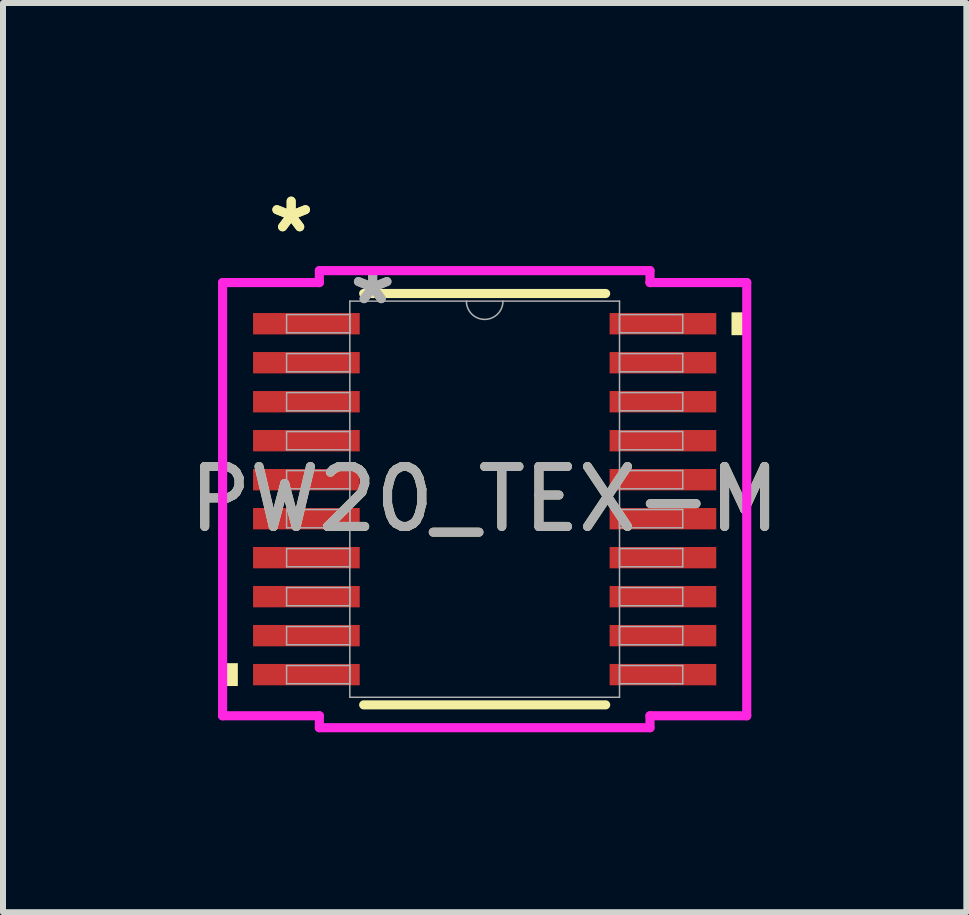
<source format=kicad_pcb>
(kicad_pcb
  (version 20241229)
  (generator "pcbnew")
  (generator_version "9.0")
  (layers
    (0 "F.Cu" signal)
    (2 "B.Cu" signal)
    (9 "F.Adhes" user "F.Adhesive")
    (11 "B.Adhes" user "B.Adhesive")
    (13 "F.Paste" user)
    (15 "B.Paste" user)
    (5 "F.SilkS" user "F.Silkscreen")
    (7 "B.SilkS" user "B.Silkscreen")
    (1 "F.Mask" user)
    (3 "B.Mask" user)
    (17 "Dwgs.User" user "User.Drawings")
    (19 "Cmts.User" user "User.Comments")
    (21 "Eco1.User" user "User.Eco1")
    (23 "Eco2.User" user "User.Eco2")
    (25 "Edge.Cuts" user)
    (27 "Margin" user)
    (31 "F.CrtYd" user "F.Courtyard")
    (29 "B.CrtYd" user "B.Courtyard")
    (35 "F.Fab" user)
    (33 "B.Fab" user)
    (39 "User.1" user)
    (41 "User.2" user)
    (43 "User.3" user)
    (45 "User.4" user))
  (footprint "PW20_TEX-M"
    (layer "F.Cu")
    (at 5.03 5.272)
    (property "Reference" "PW20_TEX-M" (at 0 0 0) (unlocked yes) (layer "F.SilkS") (effects (font (size 1 1) (thickness 0.15))))
    (attr smd)
    (fp_line (start -2.017 3.429) (end 2.017 3.429) (stroke (width 0.152) (type solid)) (layer "F.SilkS"))
    (fp_line (start 2.017 -3.429) (end -2.017 -3.429) (stroke (width 0.152) (type solid)) (layer "F.SilkS"))
    (fp_poly (pts (xy -4.369 2.734) (xy -4.369 3.115) (xy -4.115 3.115) (xy -4.115 2.734)) (stroke (width 0) (type solid)) (fill yes) (layer "F.SilkS"))
    (fp_poly (pts (xy 4.369 -3.115) (xy 4.369 -2.734) (xy 4.115 -2.734) (xy 4.115 -3.115)) (stroke (width 0) (type solid)) (fill yes) (layer "F.SilkS"))
    (fp_line (start -4.369 -3.611) (end -2.756 -3.611) (stroke (width 0.152) (type solid)) (layer "F.CrtYd"))
    (fp_line (start -4.369 3.611) (end -4.369 -3.611) (stroke (width 0.152) (type solid)) (layer "F.CrtYd"))
    (fp_line (start -4.369 3.611) (end -2.756 3.611) (stroke (width 0.152) (type solid)) (layer "F.CrtYd"))
    (fp_line (start -2.756 -3.81) (end 2.756 -3.81) (stroke (width 0.152) (type solid)) (layer "F.CrtYd"))
    (fp_line (start -2.756 -3.611) (end -2.756 -3.81) (stroke (width 0.152) (type solid)) (layer "F.CrtYd"))
    (fp_line (start -2.756 3.81) (end -2.756 3.611) (stroke (width 0.152) (type solid)) (layer "F.CrtYd"))
    (fp_line (start 2.756 -3.81) (end 2.756 -3.611) (stroke (width 0.152) (type solid)) (layer "F.CrtYd"))
    (fp_line (start 2.756 3.611) (end 2.756 3.81) (stroke (width 0.152) (type solid)) (layer "F.CrtYd"))
    (fp_line (start 2.756 3.81) (end -2.756 3.81) (stroke (width 0.152) (type solid)) (layer "F.CrtYd"))
    (fp_line (start 4.369 -3.611) (end 2.756 -3.611) (stroke (width 0.152) (type solid)) (layer "F.CrtYd"))
    (fp_line (start 4.369 -3.611) (end 4.369 3.611) (stroke (width 0.152) (type solid)) (layer "F.CrtYd"))
    (fp_line (start 4.369 3.611) (end 2.756 3.611) (stroke (width 0.152) (type solid)) (layer "F.CrtYd"))
    (fp_line (start -3.302 -3.077) (end -3.302 -2.773) (stroke (width 0.025) (type solid)) (layer "F.Fab"))
    (fp_line (start -3.302 -2.773) (end -2.248 -2.773) (stroke (width 0.025) (type solid)) (layer "F.Fab"))
    (fp_line (start -3.302 -2.427) (end -3.302 -2.123) (stroke (width 0.025) (type solid)) (layer "F.Fab"))
    (fp_line (start -3.302 -2.123) (end -2.248 -2.123) (stroke (width 0.025) (type solid)) (layer "F.Fab"))
    (fp_line (start -3.302 -1.777) (end -3.302 -1.473) (stroke (width 0.025) (type solid)) (layer "F.Fab"))
    (fp_line (start -3.302 -1.473) (end -2.248 -1.473) (stroke (width 0.025) (type solid)) (layer "F.Fab"))
    (fp_line (start -3.302 -1.127) (end -3.302 -0.823) (stroke (width 0.025) (type solid)) (layer "F.Fab"))
    (fp_line (start -3.302 -0.823) (end -2.248 -0.823) (stroke (width 0.025) (type solid)) (layer "F.Fab"))
    (fp_line (start -3.302 -0.477) (end -3.302 -0.173) (stroke (width 0.025) (type solid)) (layer "F.Fab"))
    (fp_line (start -3.302 -0.173) (end -2.248 -0.173) (stroke (width 0.025) (type solid)) (layer "F.Fab"))
    (fp_line (start -3.302 0.173) (end -3.302 0.477) (stroke (width 0.025) (type solid)) (layer "F.Fab"))
    (fp_line (start -3.302 0.477) (end -2.248 0.477) (stroke (width 0.025) (type solid)) (layer "F.Fab"))
    (fp_line (start -3.302 0.823) (end -3.302 1.127) (stroke (width 0.025) (type solid)) (layer "F.Fab"))
    (fp_line (start -3.302 1.127) (end -2.248 1.127) (stroke (width 0.025) (type solid)) (layer "F.Fab"))
    (fp_line (start -3.302 1.473) (end -3.302 1.777) (stroke (width 0.025) (type solid)) (layer "F.Fab"))
    (fp_line (start -3.302 1.777) (end -2.248 1.777) (stroke (width 0.025) (type solid)) (layer "F.Fab"))
    (fp_line (start -3.302 2.123) (end -3.302 2.427) (stroke (width 0.025) (type solid)) (layer "F.Fab"))
    (fp_line (start -3.302 2.427) (end -2.248 2.427) (stroke (width 0.025) (type solid)) (layer "F.Fab"))
    (fp_line (start -3.302 2.773) (end -3.302 3.077) (stroke (width 0.025) (type solid)) (layer "F.Fab"))
    (fp_line (start -3.302 3.077) (end -2.248 3.077) (stroke (width 0.025) (type solid)) (layer "F.Fab"))
    (fp_line (start -2.248 -3.302) (end -2.248 3.302) (stroke (width 0.025) (type solid)) (layer "F.Fab"))
    (fp_line (start -2.248 -3.077) (end -3.302 -3.077) (stroke (width 0.025) (type solid)) (layer "F.Fab"))
    (fp_line (start -2.248 -2.773) (end -2.248 -3.077) (stroke (width 0.025) (type solid)) (layer "F.Fab"))
    (fp_line (start -2.248 -2.427) (end -3.302 -2.427) (stroke (width 0.025) (type solid)) (layer "F.Fab"))
    (fp_line (start -2.248 -2.123) (end -2.248 -2.427) (stroke (width 0.025) (type solid)) (layer "F.Fab"))
    (fp_line (start -2.248 -1.777) (end -3.302 -1.777) (stroke (width 0.025) (type solid)) (layer "F.Fab"))
    (fp_line (start -2.248 -1.473) (end -2.248 -1.777) (stroke (width 0.025) (type solid)) (layer "F.Fab"))
    (fp_line (start -2.248 -1.127) (end -3.302 -1.127) (stroke (width 0.025) (type solid)) (layer "F.Fab"))
    (fp_line (start -2.248 -0.823) (end -2.248 -1.127) (stroke (width 0.025) (type solid)) (layer "F.Fab"))
    (fp_line (start -2.248 -0.477) (end -3.302 -0.477) (stroke (width 0.025) (type solid)) (layer "F.Fab"))
    (fp_line (start -2.248 -0.173) (end -2.248 -0.477) (stroke (width 0.025) (type solid)) (layer "F.Fab"))
    (fp_line (start -2.248 0.173) (end -3.302 0.173) (stroke (width 0.025) (type solid)) (layer "F.Fab"))
    (fp_line (start -2.248 0.477) (end -2.248 0.173) (stroke (width 0.025) (type solid)) (layer "F.Fab"))
    (fp_line (start -2.248 0.823) (end -3.302 0.823) (stroke (width 0.025) (type solid)) (layer "F.Fab"))
    (fp_line (start -2.248 1.127) (end -2.248 0.823) (stroke (width 0.025) (type solid)) (layer "F.Fab"))
    (fp_line (start -2.248 1.473) (end -3.302 1.473) (stroke (width 0.025) (type solid)) (layer "F.Fab"))
    (fp_line (start -2.248 1.777) (end -2.248 1.473) (stroke (width 0.025) (type solid)) (layer "F.Fab"))
    (fp_line (start -2.248 2.123) (end -3.302 2.123) (stroke (width 0.025) (type solid)) (layer "F.Fab"))
    (fp_line (start -2.248 2.427) (end -2.248 2.123) (stroke (width 0.025) (type solid)) (layer "F.Fab"))
    (fp_line (start -2.248 2.773) (end -3.302 2.773) (stroke (width 0.025) (type solid)) (layer "F.Fab"))
    (fp_line (start -2.248 3.077) (end -2.248 2.773) (stroke (width 0.025) (type solid)) (layer "F.Fab"))
    (fp_line (start -2.248 3.302) (end 2.248 3.302) (stroke (width 0.025) (type solid)) (layer "F.Fab"))
    (fp_line (start 2.248 -3.302) (end -2.248 -3.302) (stroke (width 0.025) (type solid)) (layer "F.Fab"))
    (fp_line (start 2.248 -3.077) (end 2.248 -2.773) (stroke (width 0.025) (type solid)) (layer "F.Fab"))
    (fp_line (start 2.248 -2.773) (end 3.302 -2.773) (stroke (width 0.025) (type solid)) (layer "F.Fab"))
    (fp_line (start 2.248 -2.427) (end 2.248 -2.123) (stroke (width 0.025) (type solid)) (layer "F.Fab"))
    (fp_line (start 2.248 -2.123) (end 3.302 -2.123) (stroke (width 0.025) (type solid)) (layer "F.Fab"))
    (fp_line (start 2.248 -1.777) (end 2.248 -1.473) (stroke (width 0.025) (type solid)) (layer "F.Fab"))
    (fp_line (start 2.248 -1.473) (end 3.302 -1.473) (stroke (width 0.025) (type solid)) (layer "F.Fab"))
    (fp_line (start 2.248 -1.127) (end 2.248 -0.823) (stroke (width 0.025) (type solid)) (layer "F.Fab"))
    (fp_line (start 2.248 -0.823) (end 3.302 -0.823) (stroke (width 0.025) (type solid)) (layer "F.Fab"))
    (fp_line (start 2.248 -0.477) (end 2.248 -0.173) (stroke (width 0.025) (type solid)) (layer "F.Fab"))
    (fp_line (start 2.248 -0.173) (end 3.302 -0.173) (stroke (width 0.025) (type solid)) (layer "F.Fab"))
    (fp_line (start 2.248 0.173) (end 2.248 0.477) (stroke (width 0.025) (type solid)) (layer "F.Fab"))
    (fp_line (start 2.248 0.477) (end 3.302 0.477) (stroke (width 0.025) (type solid)) (layer "F.Fab"))
    (fp_line (start 2.248 0.823) (end 2.248 1.127) (stroke (width 0.025) (type solid)) (layer "F.Fab"))
    (fp_line (start 2.248 1.127) (end 3.302 1.127) (stroke (width 0.025) (type solid)) (layer "F.Fab"))
    (fp_line (start 2.248 1.473) (end 2.248 1.777) (stroke (width 0.025) (type solid)) (layer "F.Fab"))
    (fp_line (start 2.248 1.777) (end 3.302 1.777) (stroke (width 0.025) (type solid)) (layer "F.Fab"))
    (fp_line (start 2.248 2.123) (end 2.248 2.427) (stroke (width 0.025) (type solid)) (layer "F.Fab"))
    (fp_line (start 2.248 2.427) (end 3.302 2.427) (stroke (width 0.025) (type solid)) (layer "F.Fab"))
    (fp_line (start 2.248 2.773) (end 2.248 3.077) (stroke (width 0.025) (type solid)) (layer "F.Fab"))
    (fp_line (start 2.248 3.077) (end 3.302 3.077) (stroke (width 0.025) (type solid)) (layer "F.Fab"))
    (fp_line (start 2.248 3.302) (end 2.248 -3.302) (stroke (width 0.025) (type solid)) (layer "F.Fab"))
    (fp_line (start 3.302 -3.077) (end 2.248 -3.077) (stroke (width 0.025) (type solid)) (layer "F.Fab"))
    (fp_line (start 3.302 -2.773) (end 3.302 -3.077) (stroke (width 0.025) (type solid)) (layer "F.Fab"))
    (fp_line (start 3.302 -2.427) (end 2.248 -2.427) (stroke (width 0.025) (type solid)) (layer "F.Fab"))
    (fp_line (start 3.302 -2.123) (end 3.302 -2.427) (stroke (width 0.025) (type solid)) (layer "F.Fab"))
    (fp_line (start 3.302 -1.777) (end 2.248 -1.777) (stroke (width 0.025) (type solid)) (layer "F.Fab"))
    (fp_line (start 3.302 -1.473) (end 3.302 -1.777) (stroke (width 0.025) (type solid)) (layer "F.Fab"))
    (fp_line (start 3.302 -1.127) (end 2.248 -1.127) (stroke (width 0.025) (type solid)) (layer "F.Fab"))
    (fp_line (start 3.302 -0.823) (end 3.302 -1.127) (stroke (width 0.025) (type solid)) (layer "F.Fab"))
    (fp_line (start 3.302 -0.477) (end 2.248 -0.477) (stroke (width 0.025) (type solid)) (layer "F.Fab"))
    (fp_line (start 3.302 -0.173) (end 3.302 -0.477) (stroke (width 0.025) (type solid)) (layer "F.Fab"))
    (fp_line (start 3.302 0.173) (end 2.248 0.173) (stroke (width 0.025) (type solid)) (layer "F.Fab"))
    (fp_line (start 3.302 0.477) (end 3.302 0.173) (stroke (width 0.025) (type solid)) (layer "F.Fab"))
    (fp_line (start 3.302 0.823) (end 2.248 0.823) (stroke (width 0.025) (type solid)) (layer "F.Fab"))
    (fp_line (start 3.302 1.127) (end 3.302 0.823) (stroke (width 0.025) (type solid)) (layer "F.Fab"))
    (fp_line (start 3.302 1.473) (end 2.248 1.473) (stroke (width 0.025) (type solid)) (layer "F.Fab"))
    (fp_line (start 3.302 1.777) (end 3.302 1.473) (stroke (width 0.025) (type solid)) (layer "F.Fab"))
    (fp_line (start 3.302 2.123) (end 2.248 2.123) (stroke (width 0.025) (type solid)) (layer "F.Fab"))
    (fp_line (start 3.302 2.427) (end 3.302 2.123) (stroke (width 0.025) (type solid)) (layer "F.Fab"))
    (fp_line (start 3.302 2.773) (end 2.248 2.773) (stroke (width 0.025) (type solid)) (layer "F.Fab"))
    (fp_line (start 3.302 3.077) (end 3.302 2.773) (stroke (width 0.025) (type solid)) (layer "F.Fab"))
    (fp_arc (start 0.3048 -3.302) (mid 0 -2.9972) (end -0.3048 -3.302) (stroke (width 0.0254) (type solid)) (layer "F.Fab"))
    (fp_text user "*" (at -3.226 -4.424 0) (unlocked yes) (layer "F.SilkS") (effects (font (size 1 1) (thickness 0.15))))
    (fp_text user "*" (at -3.226 -4.424 0) (layer "F.SilkS") (effects (font (size 1 1) (thickness 0.15))))
    (fp_text user "${REFERENCE}" (at 0 0 0) (unlocked yes) (layer "F.Fab") (effects (font (size 1 1) (thickness 0.15))))
    (fp_text user "*" (at -1.867 -3.226 0) (layer "F.Fab") (effects (font (size 1 1) (thickness 0.15))))
    (fp_text user "*" (at -1.867 -3.226 0) (unlocked yes) (layer "F.Fab") (effects (font (size 1 1) (thickness 0.15))))
    (pad "1" smd rect (at -2.972 -2.925) (size 1.778 0.356) (layers "F.Cu" "F.Mask" "F.Paste"))
    (pad "2" smd rect (at -2.972 -2.275) (size 1.778 0.356) (layers "F.Cu" "F.Mask" "F.Paste"))
    (pad "3" smd rect (at -2.972 -1.625) (size 1.778 0.356) (layers "F.Cu" "F.Mask" "F.Paste"))
    (pad "4" smd rect (at -2.972 -0.975) (size 1.778 0.356) (layers "F.Cu" "F.Mask" "F.Paste"))
    (pad "5" smd rect (at -2.972 -0.325) (size 1.778 0.356) (layers "F.Cu" "F.Mask" "F.Paste"))
    (pad "6" smd rect (at -2.972 0.325) (size 1.778 0.356) (layers "F.Cu" "F.Mask" "F.Paste"))
    (pad "7" smd rect (at -2.972 0.975) (size 1.778 0.356) (layers "F.Cu" "F.Mask" "F.Paste"))
    (pad "8" smd rect (at -2.972 1.625) (size 1.778 0.356) (layers "F.Cu" "F.Mask" "F.Paste"))
    (pad "9" smd rect (at -2.972 2.275) (size 1.778 0.356) (layers "F.Cu" "F.Mask" "F.Paste"))
    (pad "10" smd rect (at -2.972 2.925) (size 1.778 0.356) (layers "F.Cu" "F.Mask" "F.Paste"))
    (pad "11" smd rect (at 2.972 2.925) (size 1.778 0.356) (layers "F.Cu" "F.Mask" "F.Paste"))
    (pad "12" smd rect (at 2.972 2.275) (size 1.778 0.356) (layers "F.Cu" "F.Mask" "F.Paste"))
    (pad "13" smd rect (at 2.972 1.625) (size 1.778 0.356) (layers "F.Cu" "F.Mask" "F.Paste"))
    (pad "14" smd rect (at 2.972 0.975) (size 1.778 0.356) (layers "F.Cu" "F.Mask" "F.Paste"))
    (pad "15" smd rect (at 2.972 0.325) (size 1.778 0.356) (layers "F.Cu" "F.Mask" "F.Paste"))
    (pad "16" smd rect (at 2.972 -0.325) (size 1.778 0.356) (layers "F.Cu" "F.Mask" "F.Paste"))
    (pad "17" smd rect (at 2.972 -0.975) (size 1.778 0.356) (layers "F.Cu" "F.Mask" "F.Paste"))
    (pad "18" smd rect (at 2.972 -1.625) (size 1.778 0.356) (layers "F.Cu" "F.Mask" "F.Paste"))
    (pad "19" smd rect (at 2.972 -2.275) (size 1.778 0.356) (layers "F.Cu" "F.Mask" "F.Paste"))
    (pad "20" smd rect (at 2.972 -2.925) (size 1.778 0.356) (layers "F.Cu" "F.Mask" "F.Paste")))
  (gr_rect
    (start -3 -3)
    (end 13.06 12.158)
    (stroke (width 0.1) (type default))
    (fill no)
    (layer "Edge.Cuts")))
</source>
